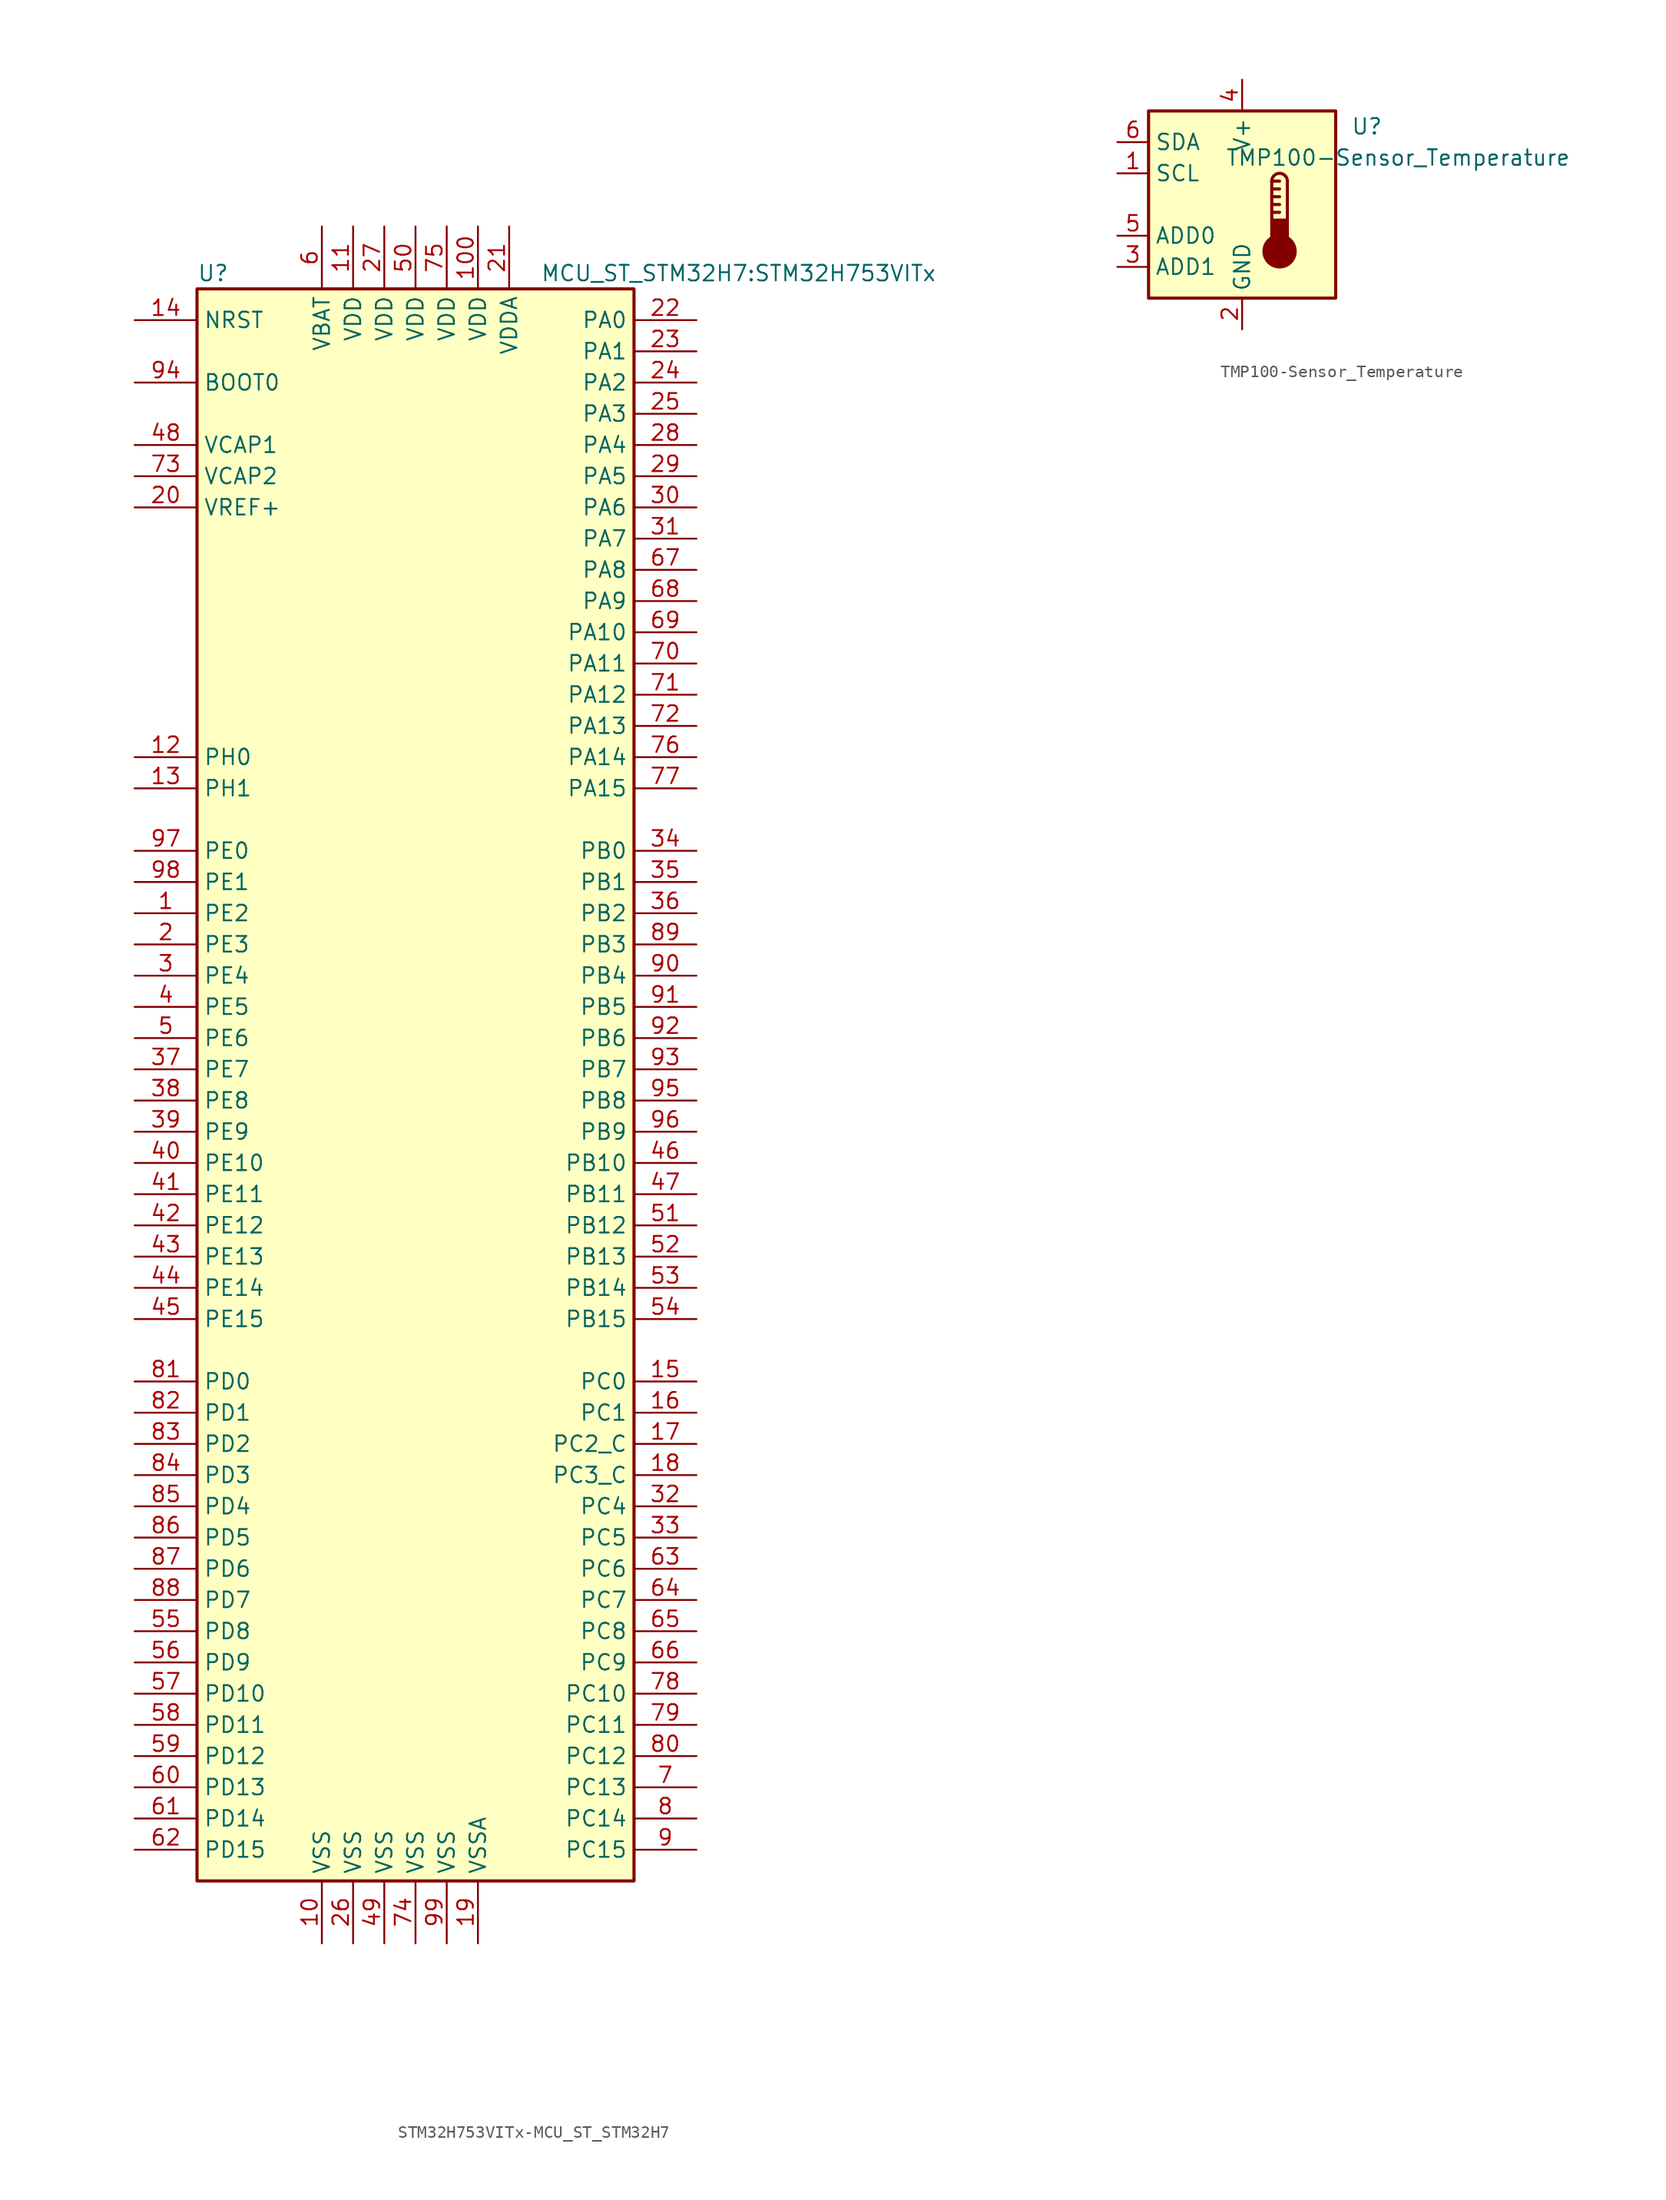
<source format=kicad_sym>
(kicad_symbol_lib
  (version 20231120)
  (generator "kicad_symbol_editor")
  (generator_version "8.0")
  (symbol "STM32H753VITx-MCU_ST_STM32H7"
    (property "Reference" "U"
      (at -17.78 64.77 0)
      (effects (font (size 1.27 1.27)) (justify left)))
    (property "Value" "MCU_ST_STM32H7:STM32H753VITx"
      (at 10.16 64.77 0)
      (effects (font (size 1.27 1.27)) (justify left)))
    (symbol "STM32H753VITx-MCU_ST_STM32H7_0_1"
      (rectangle (start -17.78 -66.04) (end 17.78 63.5) (stroke (width 0.254) (type solid)) (fill (type background))))
    (symbol "STM32H753VITx-MCU_ST_STM32H7_1_1"
      (pin bidirectional line (at -22.86 12.7 0) (length 5.08) (name "PE2" (effects (font (size 1.27 1.27)))) (number "1" (effects (font (size 1.27 1.27)))))
      (pin power_in line (at -7.62 -71.12 90) (length 5.08) (name "VSS" (effects (font (size 1.27 1.27)))) (number "10" (effects (font (size 1.27 1.27)))))
      (pin power_in line (at 5.08 68.58 270) (length 5.08) (name "VDD" (effects (font (size 1.27 1.27)))) (number "100" (effects (font (size 1.27 1.27)))))
      (pin power_in line (at -5.08 68.58 270) (length 5.08) (name "VDD" (effects (font (size 1.27 1.27)))) (number "11" (effects (font (size 1.27 1.27)))))
      (pin input line (at -22.86 25.4 0) (length 5.08) (name "PH0" (effects (font (size 1.27 1.27)))) (number "12" (effects (font (size 1.27 1.27)))))
      (pin input line (at -22.86 22.86 0) (length 5.08) (name "PH1" (effects (font (size 1.27 1.27)))) (number "13" (effects (font (size 1.27 1.27)))))
      (pin input line (at -22.86 60.96 0) (length 5.08) (name "NRST" (effects (font (size 1.27 1.27)))) (number "14" (effects (font (size 1.27 1.27)))))
      (pin bidirectional line (at 22.86 -25.4 180) (length 5.08) (name "PC0" (effects (font (size 1.27 1.27)))) (number "15" (effects (font (size 1.27 1.27)))))
      (pin bidirectional line (at 22.86 -27.94 180) (length 5.08) (name "PC1" (effects (font (size 1.27 1.27)))) (number "16" (effects (font (size 1.27 1.27)))))
      (pin bidirectional line (at 22.86 -30.48 180) (length 5.08) (name "PC2_C" (effects (font (size 1.27 1.27)))) (number "17" (effects (font (size 1.27 1.27)))))
      (pin bidirectional line (at 22.86 -33.02 180) (length 5.08) (name "PC3_C" (effects (font (size 1.27 1.27)))) (number "18" (effects (font (size 1.27 1.27)))))
      (pin power_in line (at 5.08 -71.12 90) (length 5.08) (name "VSSA" (effects (font (size 1.27 1.27)))) (number "19" (effects (font (size 1.27 1.27)))))
      (pin bidirectional line (at -22.86 10.16 0) (length 5.08) (name "PE3" (effects (font (size 1.27 1.27)))) (number "2" (effects (font (size 1.27 1.27)))))
      (pin bidirectional line (at -22.86 45.72 0) (length 5.08) (name "VREF+" (effects (font (size 1.27 1.27)))) (number "20" (effects (font (size 1.27 1.27)))))
      (pin power_in line (at 7.62 68.58 270) (length 5.08) (name "VDDA" (effects (font (size 1.27 1.27)))) (number "21" (effects (font (size 1.27 1.27)))))
      (pin bidirectional line (at 22.86 60.96 180) (length 5.08) (name "PA0" (effects (font (size 1.27 1.27)))) (number "22" (effects (font (size 1.27 1.27)))))
      (pin bidirectional line (at 22.86 58.42 180) (length 5.08) (name "PA1" (effects (font (size 1.27 1.27)))) (number "23" (effects (font (size 1.27 1.27)))))
      (pin bidirectional line (at 22.86 55.88 180) (length 5.08) (name "PA2" (effects (font (size 1.27 1.27)))) (number "24" (effects (font (size 1.27 1.27)))))
      (pin bidirectional line (at 22.86 53.34 180) (length 5.08) (name "PA3" (effects (font (size 1.27 1.27)))) (number "25" (effects (font (size 1.27 1.27)))))
      (pin power_in line (at -5.08 -71.12 90) (length 5.08) (name "VSS" (effects (font (size 1.27 1.27)))) (number "26" (effects (font (size 1.27 1.27)))))
      (pin power_in line (at -2.54 68.58 270) (length 5.08) (name "VDD" (effects (font (size 1.27 1.27)))) (number "27" (effects (font (size 1.27 1.27)))))
      (pin bidirectional line (at 22.86 50.8 180) (length 5.08) (name "PA4" (effects (font (size 1.27 1.27)))) (number "28" (effects (font (size 1.27 1.27)))))
      (pin bidirectional line (at 22.86 48.26 180) (length 5.08) (name "PA5" (effects (font (size 1.27 1.27)))) (number "29" (effects (font (size 1.27 1.27)))))
      (pin bidirectional line (at -22.86 7.62 0) (length 5.08) (name "PE4" (effects (font (size 1.27 1.27)))) (number "3" (effects (font (size 1.27 1.27)))))
      (pin bidirectional line (at 22.86 45.72 180) (length 5.08) (name "PA6" (effects (font (size 1.27 1.27)))) (number "30" (effects (font (size 1.27 1.27)))))
      (pin bidirectional line (at 22.86 43.18 180) (length 5.08) (name "PA7" (effects (font (size 1.27 1.27)))) (number "31" (effects (font (size 1.27 1.27)))))
      (pin bidirectional line (at 22.86 -35.56 180) (length 5.08) (name "PC4" (effects (font (size 1.27 1.27)))) (number "32" (effects (font (size 1.27 1.27)))))
      (pin bidirectional line (at 22.86 -38.1 180) (length 5.08) (name "PC5" (effects (font (size 1.27 1.27)))) (number "33" (effects (font (size 1.27 1.27)))))
      (pin bidirectional line (at 22.86 17.78 180) (length 5.08) (name "PB0" (effects (font (size 1.27 1.27)))) (number "34" (effects (font (size 1.27 1.27)))))
      (pin bidirectional line (at 22.86 15.24 180) (length 5.08) (name "PB1" (effects (font (size 1.27 1.27)))) (number "35" (effects (font (size 1.27 1.27)))))
      (pin bidirectional line (at 22.86 12.7 180) (length 5.08) (name "PB2" (effects (font (size 1.27 1.27)))) (number "36" (effects (font (size 1.27 1.27)))))
      (pin bidirectional line (at -22.86 0 0) (length 5.08) (name "PE7" (effects (font (size 1.27 1.27)))) (number "37" (effects (font (size 1.27 1.27)))))
      (pin bidirectional line (at -22.86 -2.54 0) (length 5.08) (name "PE8" (effects (font (size 1.27 1.27)))) (number "38" (effects (font (size 1.27 1.27)))))
      (pin bidirectional line (at -22.86 -5.08 0) (length 5.08) (name "PE9" (effects (font (size 1.27 1.27)))) (number "39" (effects (font (size 1.27 1.27)))))
      (pin bidirectional line (at -22.86 5.08 0) (length 5.08) (name "PE5" (effects (font (size 1.27 1.27)))) (number "4" (effects (font (size 1.27 1.27)))))
      (pin bidirectional line (at -22.86 -7.62 0) (length 5.08) (name "PE10" (effects (font (size 1.27 1.27)))) (number "40" (effects (font (size 1.27 1.27)))))
      (pin bidirectional line (at -22.86 -10.16 0) (length 5.08) (name "PE11" (effects (font (size 1.27 1.27)))) (number "41" (effects (font (size 1.27 1.27)))))
      (pin bidirectional line (at -22.86 -12.7 0) (length 5.08) (name "PE12" (effects (font (size 1.27 1.27)))) (number "42" (effects (font (size 1.27 1.27)))))
      (pin bidirectional line (at -22.86 -15.24 0) (length 5.08) (name "PE13" (effects (font (size 1.27 1.27)))) (number "43" (effects (font (size 1.27 1.27)))))
      (pin bidirectional line (at -22.86 -17.78 0) (length 5.08) (name "PE14" (effects (font (size 1.27 1.27)))) (number "44" (effects (font (size 1.27 1.27)))))
      (pin bidirectional line (at -22.86 -20.32 0) (length 5.08) (name "PE15" (effects (font (size 1.27 1.27)))) (number "45" (effects (font (size 1.27 1.27)))))
      (pin bidirectional line (at 22.86 -7.62 180) (length 5.08) (name "PB10" (effects (font (size 1.27 1.27)))) (number "46" (effects (font (size 1.27 1.27)))))
      (pin bidirectional line (at 22.86 -10.16 180) (length 5.08) (name "PB11" (effects (font (size 1.27 1.27)))) (number "47" (effects (font (size 1.27 1.27)))))
      (pin power_in line (at -22.86 50.8 0) (length 5.08) (name "VCAP1" (effects (font (size 1.27 1.27)))) (number "48" (effects (font (size 1.27 1.27)))))
      (pin power_in line (at -2.54 -71.12 90) (length 5.08) (name "VSS" (effects (font (size 1.27 1.27)))) (number "49" (effects (font (size 1.27 1.27)))))
      (pin bidirectional line (at -22.86 2.54 0) (length 5.08) (name "PE6" (effects (font (size 1.27 1.27)))) (number "5" (effects (font (size 1.27 1.27)))))
      (pin power_in line (at 0 68.58 270) (length 5.08) (name "VDD" (effects (font (size 1.27 1.27)))) (number "50" (effects (font (size 1.27 1.27)))))
      (pin bidirectional line (at 22.86 -12.7 180) (length 5.08) (name "PB12" (effects (font (size 1.27 1.27)))) (number "51" (effects (font (size 1.27 1.27)))))
      (pin bidirectional line (at 22.86 -15.24 180) (length 5.08) (name "PB13" (effects (font (size 1.27 1.27)))) (number "52" (effects (font (size 1.27 1.27)))))
      (pin bidirectional line (at 22.86 -17.78 180) (length 5.08) (name "PB14" (effects (font (size 1.27 1.27)))) (number "53" (effects (font (size 1.27 1.27)))))
      (pin bidirectional line (at 22.86 -20.32 180) (length 5.08) (name "PB15" (effects (font (size 1.27 1.27)))) (number "54" (effects (font (size 1.27 1.27)))))
      (pin bidirectional line (at -22.86 -45.72 0) (length 5.08) (name "PD8" (effects (font (size 1.27 1.27)))) (number "55" (effects (font (size 1.27 1.27)))))
      (pin bidirectional line (at -22.86 -48.26 0) (length 5.08) (name "PD9" (effects (font (size 1.27 1.27)))) (number "56" (effects (font (size 1.27 1.27)))))
      (pin bidirectional line (at -22.86 -50.8 0) (length 5.08) (name "PD10" (effects (font (size 1.27 1.27)))) (number "57" (effects (font (size 1.27 1.27)))))
      (pin bidirectional line (at -22.86 -53.34 0) (length 5.08) (name "PD11" (effects (font (size 1.27 1.27)))) (number "58" (effects (font (size 1.27 1.27)))))
      (pin bidirectional line (at -22.86 -55.88 0) (length 5.08) (name "PD12" (effects (font (size 1.27 1.27)))) (number "59" (effects (font (size 1.27 1.27)))))
      (pin power_in line (at -7.62 68.58 270) (length 5.08) (name "VBAT" (effects (font (size 1.27 1.27)))) (number "6" (effects (font (size 1.27 1.27)))))
      (pin bidirectional line (at -22.86 -58.42 0) (length 5.08) (name "PD13" (effects (font (size 1.27 1.27)))) (number "60" (effects (font (size 1.27 1.27)))))
      (pin bidirectional line (at -22.86 -60.96 0) (length 5.08) (name "PD14" (effects (font (size 1.27 1.27)))) (number "61" (effects (font (size 1.27 1.27)))))
      (pin bidirectional line (at -22.86 -63.5 0) (length 5.08) (name "PD15" (effects (font (size 1.27 1.27)))) (number "62" (effects (font (size 1.27 1.27)))))
      (pin bidirectional line (at 22.86 -40.64 180) (length 5.08) (name "PC6" (effects (font (size 1.27 1.27)))) (number "63" (effects (font (size 1.27 1.27)))))
      (pin bidirectional line (at 22.86 -43.18 180) (length 5.08) (name "PC7" (effects (font (size 1.27 1.27)))) (number "64" (effects (font (size 1.27 1.27)))))
      (pin bidirectional line (at 22.86 -45.72 180) (length 5.08) (name "PC8" (effects (font (size 1.27 1.27)))) (number "65" (effects (font (size 1.27 1.27)))))
      (pin bidirectional line (at 22.86 -48.26 180) (length 5.08) (name "PC9" (effects (font (size 1.27 1.27)))) (number "66" (effects (font (size 1.27 1.27)))))
      (pin bidirectional line (at 22.86 40.64 180) (length 5.08) (name "PA8" (effects (font (size 1.27 1.27)))) (number "67" (effects (font (size 1.27 1.27)))))
      (pin bidirectional line (at 22.86 38.1 180) (length 5.08) (name "PA9" (effects (font (size 1.27 1.27)))) (number "68" (effects (font (size 1.27 1.27)))))
      (pin bidirectional line (at 22.86 35.56 180) (length 5.08) (name "PA10" (effects (font (size 1.27 1.27)))) (number "69" (effects (font (size 1.27 1.27)))))
      (pin bidirectional line (at 22.86 -58.42 180) (length 5.08) (name "PC13" (effects (font (size 1.27 1.27)))) (number "7" (effects (font (size 1.27 1.27)))))
      (pin bidirectional line (at 22.86 33.02 180) (length 5.08) (name "PA11" (effects (font (size 1.27 1.27)))) (number "70" (effects (font (size 1.27 1.27)))))
      (pin bidirectional line (at 22.86 30.48 180) (length 5.08) (name "PA12" (effects (font (size 1.27 1.27)))) (number "71" (effects (font (size 1.27 1.27)))))
      (pin bidirectional line (at 22.86 27.94 180) (length 5.08) (name "PA13" (effects (font (size 1.27 1.27)))) (number "72" (effects (font (size 1.27 1.27)))))
      (pin power_in line (at -22.86 48.26 0) (length 5.08) (name "VCAP2" (effects (font (size 1.27 1.27)))) (number "73" (effects (font (size 1.27 1.27)))))
      (pin power_in line (at 0 -71.12 90) (length 5.08) (name "VSS" (effects (font (size 1.27 1.27)))) (number "74" (effects (font (size 1.27 1.27)))))
      (pin power_in line (at 2.54 68.58 270) (length 5.08) (name "VDD" (effects (font (size 1.27 1.27)))) (number "75" (effects (font (size 1.27 1.27)))))
      (pin bidirectional line (at 22.86 25.4 180) (length 5.08) (name "PA14" (effects (font (size 1.27 1.27)))) (number "76" (effects (font (size 1.27 1.27)))))
      (pin bidirectional line (at 22.86 22.86 180) (length 5.08) (name "PA15" (effects (font (size 1.27 1.27)))) (number "77" (effects (font (size 1.27 1.27)))))
      (pin bidirectional line (at 22.86 -50.8 180) (length 5.08) (name "PC10" (effects (font (size 1.27 1.27)))) (number "78" (effects (font (size 1.27 1.27)))))
      (pin bidirectional line (at 22.86 -53.34 180) (length 5.08) (name "PC11" (effects (font (size 1.27 1.27)))) (number "79" (effects (font (size 1.27 1.27)))))
      (pin bidirectional line (at 22.86 -60.96 180) (length 5.08) (name "PC14" (effects (font (size 1.27 1.27)))) (number "8" (effects (font (size 1.27 1.27)))))
      (pin bidirectional line (at 22.86 -55.88 180) (length 5.08) (name "PC12" (effects (font (size 1.27 1.27)))) (number "80" (effects (font (size 1.27 1.27)))))
      (pin bidirectional line (at -22.86 -25.4 0) (length 5.08) (name "PD0" (effects (font (size 1.27 1.27)))) (number "81" (effects (font (size 1.27 1.27)))))
      (pin bidirectional line (at -22.86 -27.94 0) (length 5.08) (name "PD1" (effects (font (size 1.27 1.27)))) (number "82" (effects (font (size 1.27 1.27)))))
      (pin bidirectional line (at -22.86 -30.48 0) (length 5.08) (name "PD2" (effects (font (size 1.27 1.27)))) (number "83" (effects (font (size 1.27 1.27)))))
      (pin bidirectional line (at -22.86 -33.02 0) (length 5.08) (name "PD3" (effects (font (size 1.27 1.27)))) (number "84" (effects (font (size 1.27 1.27)))))
      (pin bidirectional line (at -22.86 -35.56 0) (length 5.08) (name "PD4" (effects (font (size 1.27 1.27)))) (number "85" (effects (font (size 1.27 1.27)))))
      (pin bidirectional line (at -22.86 -38.1 0) (length 5.08) (name "PD5" (effects (font (size 1.27 1.27)))) (number "86" (effects (font (size 1.27 1.27)))))
      (pin bidirectional line (at -22.86 -40.64 0) (length 5.08) (name "PD6" (effects (font (size 1.27 1.27)))) (number "87" (effects (font (size 1.27 1.27)))))
      (pin bidirectional line (at -22.86 -43.18 0) (length 5.08) (name "PD7" (effects (font (size 1.27 1.27)))) (number "88" (effects (font (size 1.27 1.27)))))
      (pin bidirectional line (at 22.86 10.16 180) (length 5.08) (name "PB3" (effects (font (size 1.27 1.27)))) (number "89" (effects (font (size 1.27 1.27)))))
      (pin bidirectional line (at 22.86 -63.5 180) (length 5.08) (name "PC15" (effects (font (size 1.27 1.27)))) (number "9" (effects (font (size 1.27 1.27)))))
      (pin bidirectional line (at 22.86 7.62 180) (length 5.08) (name "PB4" (effects (font (size 1.27 1.27)))) (number "90" (effects (font (size 1.27 1.27)))))
      (pin bidirectional line (at 22.86 5.08 180) (length 5.08) (name "PB5" (effects (font (size 1.27 1.27)))) (number "91" (effects (font (size 1.27 1.27)))))
      (pin bidirectional line (at 22.86 2.54 180) (length 5.08) (name "PB6" (effects (font (size 1.27 1.27)))) (number "92" (effects (font (size 1.27 1.27)))))
      (pin bidirectional line (at 22.86 0 180) (length 5.08) (name "PB7" (effects (font (size 1.27 1.27)))) (number "93" (effects (font (size 1.27 1.27)))))
      (pin input line (at -22.86 55.88 0) (length 5.08) (name "BOOT0" (effects (font (size 1.27 1.27)))) (number "94" (effects (font (size 1.27 1.27)))))
      (pin bidirectional line (at 22.86 -2.54 180) (length 5.08) (name "PB8" (effects (font (size 1.27 1.27)))) (number "95" (effects (font (size 1.27 1.27)))))
      (pin bidirectional line (at 22.86 -5.08 180) (length 5.08) (name "PB9" (effects (font (size 1.27 1.27)))) (number "96" (effects (font (size 1.27 1.27)))))
      (pin bidirectional line (at -22.86 17.78 0) (length 5.08) (name "PE0" (effects (font (size 1.27 1.27)))) (number "97" (effects (font (size 1.27 1.27)))))
      (pin bidirectional line (at -22.86 15.24 0) (length 5.08) (name "PE1" (effects (font (size 1.27 1.27)))) (number "98" (effects (font (size 1.27 1.27)))))
      (pin power_in line (at 2.54 -71.12 90) (length 5.08) (name "VSS" (effects (font (size 1.27 1.27)))) (number "99" (effects (font (size 1.27 1.27)))))))
  (symbol "TMP100-Sensor_Temperature"
    (property "Reference" "U"
      (at 10.16 6.35 0)
      (effects (font (size 1.27 1.27))))
    (property "Value" "TMP100-Sensor_Temperature"
      (at 12.7 3.81 0)
      (effects (font (size 1.27 1.27))))
    (symbol "TMP100-Sensor_Temperature_0_1"
      (rectangle (start -7.62 7.62) (end 7.62 -7.62) (stroke (width 0.254) (type solid)) (fill (type background))))
    (symbol "TMP100-Sensor_Temperature_1_1"
      (polyline (pts (xy 2.413 -0.635) (xy 3.048 -0.635)) (stroke (width 0.254) (type solid)) (fill (type none)))
      (polyline (pts (xy 2.413 0) (xy 3.048 0)) (stroke (width 0.254) (type solid)) (fill (type none)))
      (polyline (pts (xy 2.413 0.635) (xy 3.048 0.635)) (stroke (width 0.254) (type solid)) (fill (type none)))
      (polyline (pts (xy 2.413 1.27) (xy 3.048 1.27)) (stroke (width 0.254) (type solid)) (fill (type none)))
      (polyline (pts (xy 2.413 1.905) (xy 2.413 -1.27)) (stroke (width 0.254) (type solid)) (fill (type none)))
      (polyline (pts (xy 2.413 1.905) (xy 3.048 1.905)) (stroke (width 0.254) (type solid)) (fill (type none)))
      (polyline (pts (xy 3.683 1.905) (xy 3.683 -1.27)) (stroke (width 0.254) (type solid)) (fill (type none)))
      (circle (center 3.048 -3.81) (radius 1.27) (stroke (width 0.254) (type solid)) (fill (type outline)))
      (rectangle (start 3.683 -3.175) (end 2.413 -1.27) (stroke (width 0.254) (type solid)) (fill (type outline)))
      (arc (start 3.683 1.905) (mid 3.048 2.54) (end 2.413 1.905) (stroke (width 0.254) (type solid)) (fill (type none)))
      (pin input line (at -10.16 2.54 0) (length 2.54) (name "SCL" (effects (font (size 1.27 1.27)))) (number "1" (effects (font (size 1.27 1.27)))))
      (pin power_in line (at 0 -10.16 90) (length 2.54) (name "GND" (effects (font (size 1.27 1.27)))) (number "2" (effects (font (size 1.27 1.27)))))
      (pin input line (at -10.16 -5.08 0) (length 2.54) (name "ADD1" (effects (font (size 1.27 1.27)))) (number "3" (effects (font (size 1.27 1.27)))))
      (pin power_in line (at 0 10.16 270) (length 2.54) (name "V+" (effects (font (size 1.27 1.27)))) (number "4" (effects (font (size 1.27 1.27)))))
      (pin input line (at -10.16 -2.54 0) (length 2.54) (name "ADD0" (effects (font (size 1.27 1.27)))) (number "5" (effects (font (size 1.27 1.27)))))
      (pin bidirectional line (at -10.16 5.08 0) (length 2.54) (name "SDA" (effects (font (size 1.27 1.27)))) (number "6" (effects (font (size 1.27 1.27))))))))
</source>
